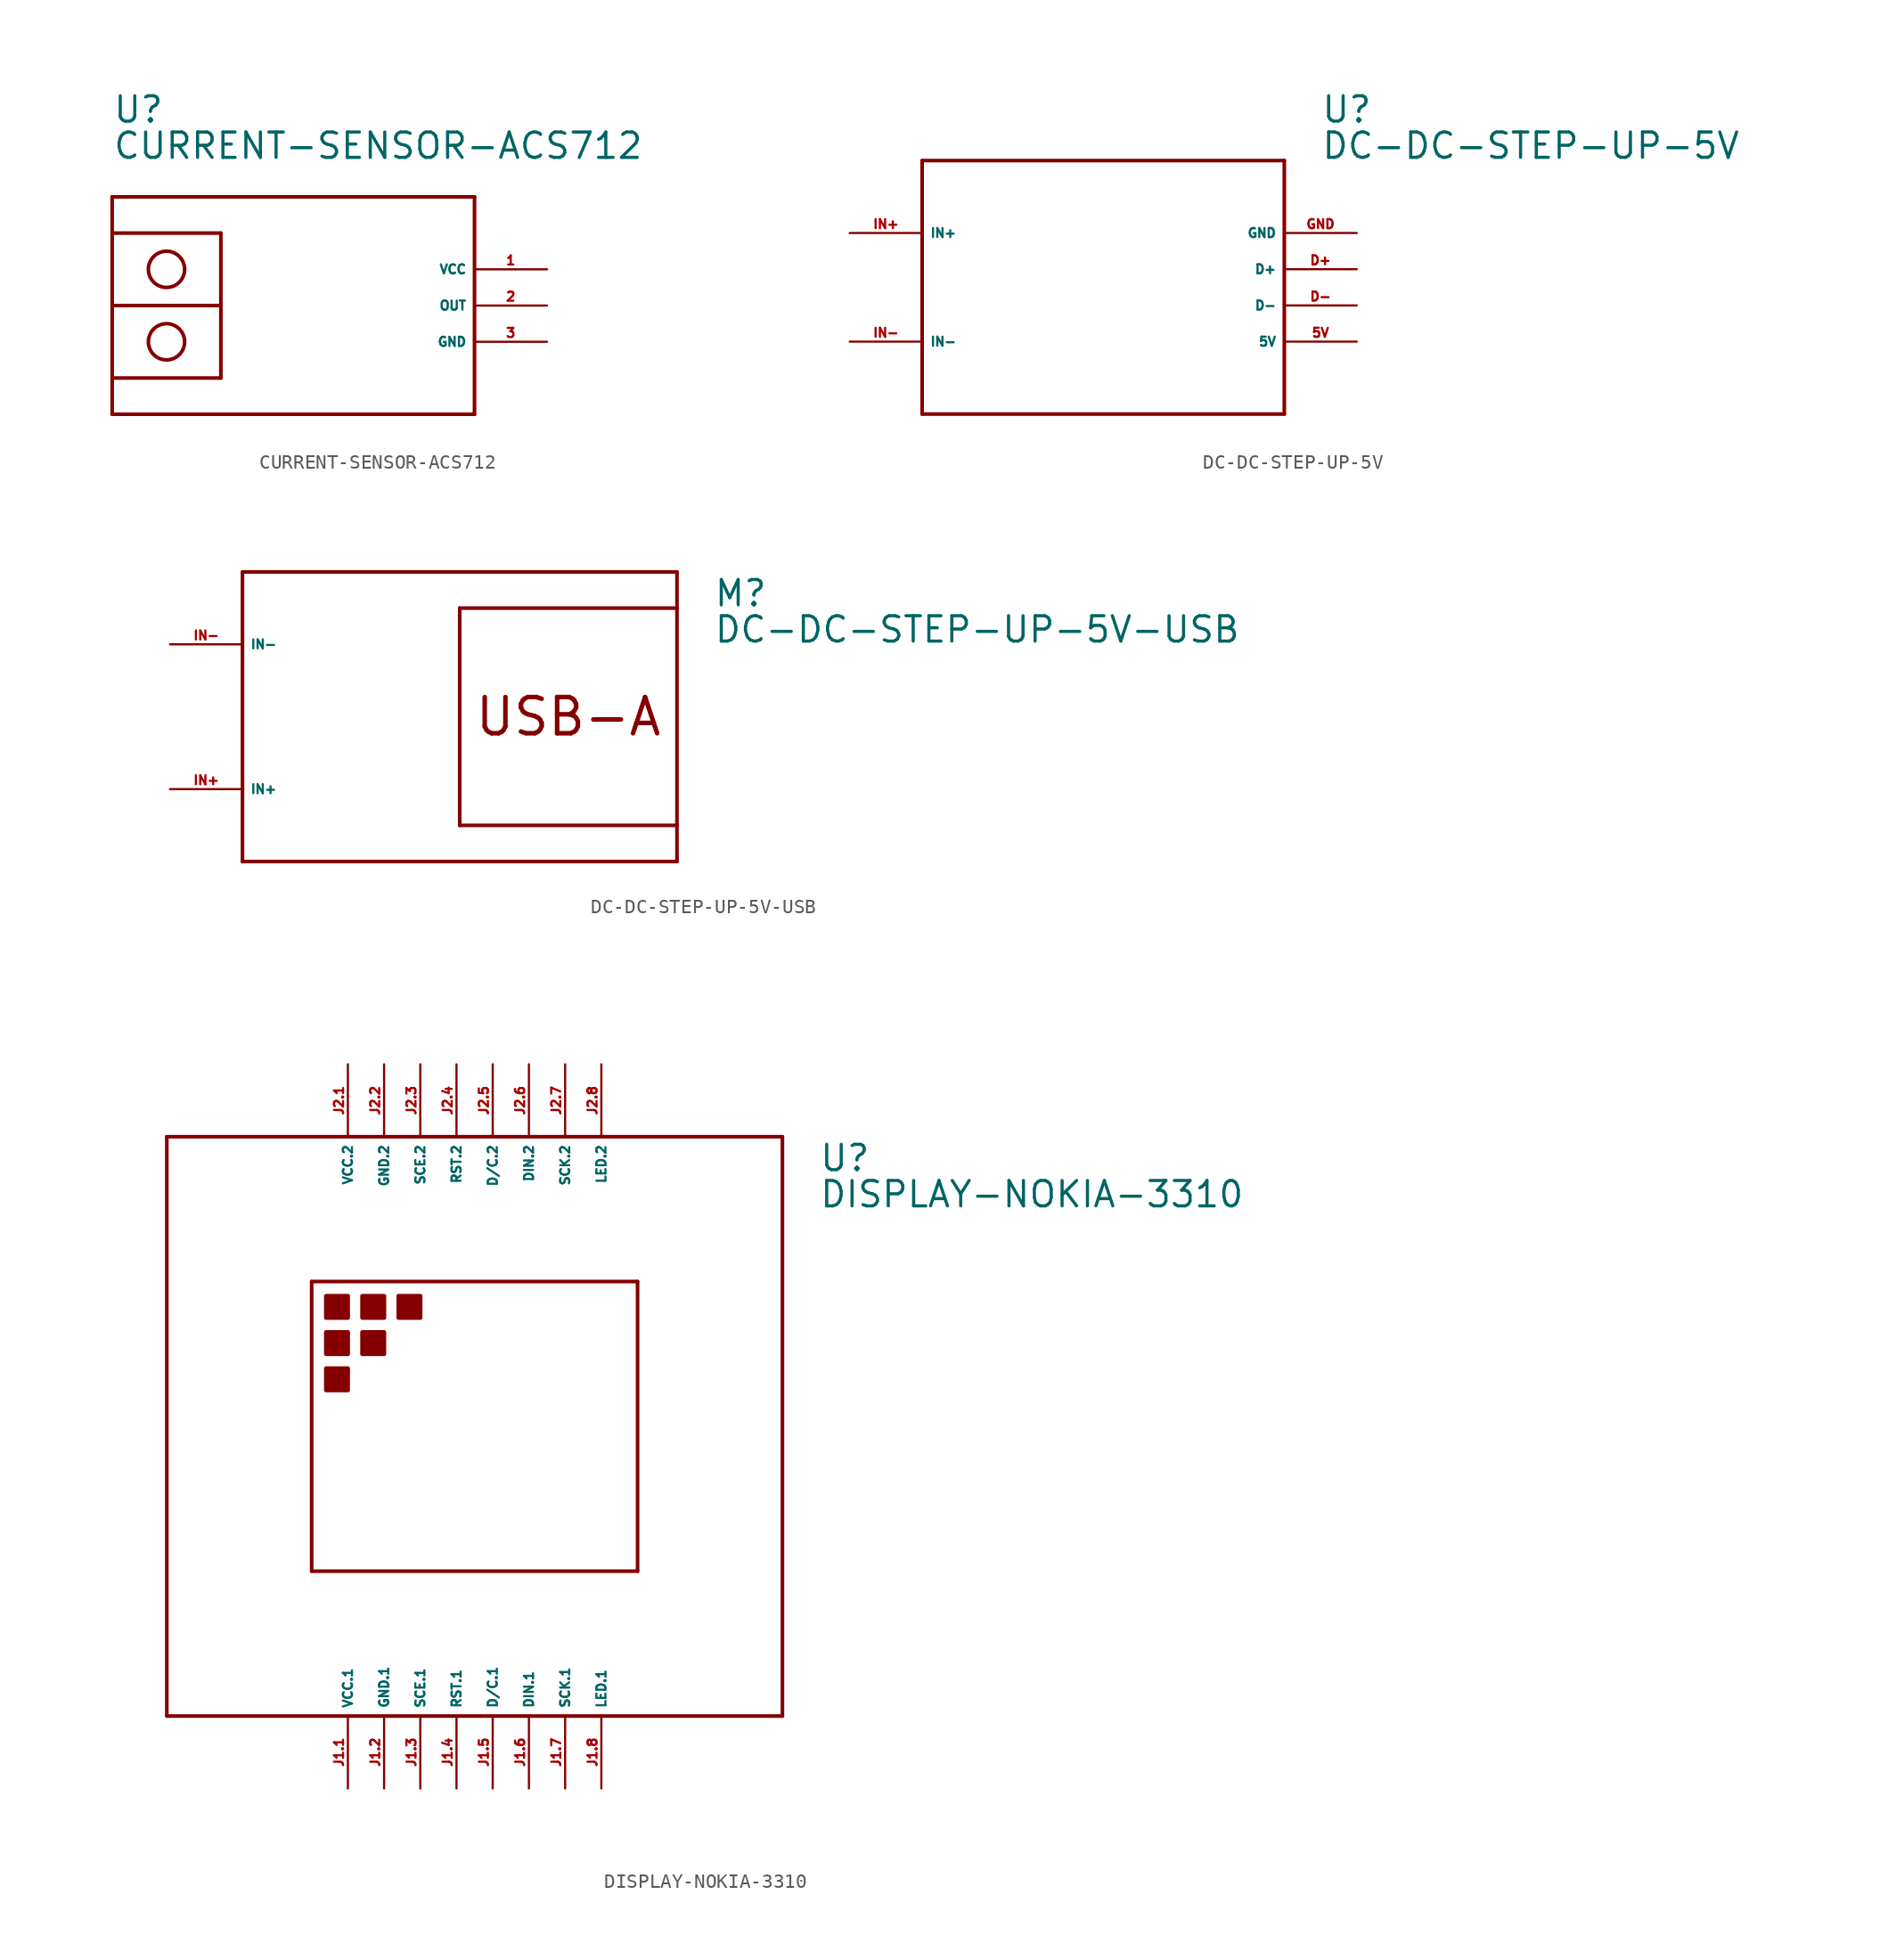
<source format=kicad_sym>
(kicad_symbol_lib
  (version 20220914)
  (generator Eagle2Kicad)
  (symbol "CURRENT-SENSOR-ACS712"
    (property "Reference" "U"
      (at -12.7 12.7 0)
      (effects (font (size 1.778 1.778) (thickness 0.22)) (justify left bottom)))
    (property "Value" "CURRENT-SENSOR-ACS712"
      (at -12.7 10.16 0)
      (effects (font (size 1.778 1.778) (thickness 0.22)) (justify left bottom)))
    (polyline
      (pts (xy -12.7 7.62) (xy -12.7 -7.62))
      (stroke (width 0.254) (type default))
      (fill (type none)))
    (polyline
      (pts (xy -12.7 7.62) (xy 12.7 7.62))
      (stroke (width 0.254) (type default))
      (fill (type none)))
    (polyline
      (pts (xy 12.7 7.62) (xy 12.7 -7.62))
      (stroke (width 0.254) (type default))
      (fill (type none)))
    (polyline
      (pts (xy 12.7 -7.62) (xy -12.7 -7.62))
      (stroke (width 0.254) (type default))
      (fill (type none)))
    (polyline
      (pts (xy -12.7 -5.08) (xy -5.08 -5.08))
      (stroke (width 0.254) (type default))
      (fill (type none)))
    (polyline
      (pts (xy -5.08 -5.08) (xy -5.08 0))
      (stroke (width 0.254) (type default))
      (fill (type none)))
    (polyline
      (pts (xy -5.08 0) (xy -5.08 5.08))
      (stroke (width 0.254) (type default))
      (fill (type none)))
    (polyline
      (pts (xy -5.08 5.08) (xy -12.7 5.08))
      (stroke (width 0.254) (type default))
      (fill (type none)))
    (polyline
      (pts (xy -12.7 0) (xy -5.08 0))
      (stroke (width 0.254) (type default))
      (fill (type none)))
    (circle
      (center -8.89 2.54)
      (radius 1.27)
      (stroke (width 0.254) (type default))
      (fill (type none)))
    (circle
      (center -8.89 -2.54)
      (radius 1.27)
      (stroke (width 0.254) (type default))
      (fill (type none)))
    (pin unspecified line
      (at 17.78 2.54 180)
      (length 5.08)
      (name "VCC" (effects (font (size 0.635 0.635) (thickness 0.08)) (justify left bottom)))
      (number "1" (effects (font (size 0.635 0.635) (thickness 0.08)) (justify left bottom))))
    (pin output line
      (at 17.78 0 180)
      (length 5.08)
      (name "OUT" (effects (font (size 0.635 0.635) (thickness 0.08)) (justify left bottom)))
      (number "2" (effects (font (size 0.635 0.635) (thickness 0.08)) (justify left bottom))))
    (pin unspecified line
      (at 17.78 -2.54 180)
      (length 5.08)
      (name "GND" (effects (font (size 0.635 0.635) (thickness 0.08)) (justify left bottom)))
      (number "3" (effects (font (size 0.635 0.635) (thickness 0.08)) (justify left bottom)))))
  (symbol "DC-DC-STEP-UP-5V"
    (property "Reference" "U"
      (at 15.24 12.7 0)
      (effects (font (size 1.778 1.778) (thickness 0.22)) (justify left bottom)))
    (property "Value" "DC-DC-STEP-UP-5V"
      (at 15.24 10.16 0)
      (effects (font (size 1.778 1.778) (thickness 0.22)) (justify left bottom)))
    (polyline
      (pts (xy -12.7 10.16) (xy 12.7 10.16))
      (stroke (width 0.254) (type default))
      (fill (type none)))
    (polyline
      (pts (xy 12.7 10.16) (xy 12.7 -7.62))
      (stroke (width 0.254) (type default))
      (fill (type none)))
    (polyline
      (pts (xy 12.7 -7.62) (xy -12.7 -7.62))
      (stroke (width 0.254) (type default))
      (fill (type none)))
    (polyline
      (pts (xy -12.7 -7.62) (xy -12.7 10.16))
      (stroke (width 0.254) (type default))
      (fill (type none)))
    (pin unspecified line
      (at -17.78 5.08 0)
      (length 5.08)
      (name "IN+" (effects (font (size 0.635 0.635) (thickness 0.08)) (justify left bottom)))
      (number "IN+" (effects (font (size 0.635 0.635) (thickness 0.08)) (justify left bottom))))
    (pin unspecified line
      (at -17.78 -2.54 0)
      (length 5.08)
      (name "IN-" (effects (font (size 0.635 0.635) (thickness 0.08)) (justify left bottom)))
      (number "IN-" (effects (font (size 0.635 0.635) (thickness 0.08)) (justify left bottom))))
    (pin bidirectional line
      (at 17.78 5.08 180)
      (length 5.08)
      (name "GND" (effects (font (size 0.635 0.635) (thickness 0.08)) (justify left bottom)))
      (number "GND" (effects (font (size 0.635 0.635) (thickness 0.08)) (justify left bottom))))
    (pin bidirectional line
      (at 17.78 2.54 180)
      (length 5.08)
      (name "D+" (effects (font (size 0.635 0.635) (thickness 0.08)) (justify left bottom)))
      (number "D+" (effects (font (size 0.635 0.635) (thickness 0.08)) (justify left bottom))))
    (pin bidirectional line
      (at 17.78 0 180)
      (length 5.08)
      (name "D-" (effects (font (size 0.635 0.635) (thickness 0.08)) (justify left bottom)))
      (number "D-" (effects (font (size 0.635 0.635) (thickness 0.08)) (justify left bottom))))
    (pin bidirectional line
      (at 17.78 -2.54 180)
      (length 5.08)
      (name "5V" (effects (font (size 0.635 0.635) (thickness 0.08)) (justify left bottom)))
      (number "5V" (effects (font (size 0.635 0.635) (thickness 0.08)) (justify left bottom)))))
  (symbol "DC-DC-STEP-UP-5V-USB"
    (property "Reference" "M"
      (at 17.78 7.62 0)
      (effects (font (size 1.778 1.778) (thickness 0.22)) (justify left bottom)))
    (property "Value" "DC-DC-STEP-UP-5V-USB"
      (at 17.78 5.08 0)
      (effects (font (size 1.778 1.778) (thickness 0.22)) (justify left bottom)))
    (polyline
      (pts (xy -15.24 10.16) (xy 15.24 10.16))
      (stroke (width 0.254) (type default))
      (fill (type none)))
    (polyline
      (pts (xy 15.24 10.16) (xy 15.24 7.62))
      (stroke (width 0.254) (type default))
      (fill (type none)))
    (polyline
      (pts (xy 15.24 7.62) (xy 15.24 -7.62))
      (stroke (width 0.254) (type default))
      (fill (type none)))
    (polyline
      (pts (xy 15.24 -7.62) (xy 15.24 -10.16))
      (stroke (width 0.254) (type default))
      (fill (type none)))
    (polyline
      (pts (xy 15.24 -10.16) (xy -15.24 -10.16))
      (stroke (width 0.254) (type default))
      (fill (type none)))
    (polyline
      (pts (xy -15.24 -10.16) (xy -15.24 10.16))
      (stroke (width 0.254) (type default))
      (fill (type none)))
    (polyline
      (pts (xy 15.24 7.62) (xy 0 7.62))
      (stroke (width 0.254) (type default))
      (fill (type none)))
    (polyline
      (pts (xy 0 7.62) (xy 0 -7.62))
      (stroke (width 0.254) (type default))
      (fill (type none)))
    (polyline
      (pts (xy 0 -7.62) (xy 15.24 -7.62))
      (stroke (width 0.254) (type default))
      (fill (type none)))
    (text "USB-A"
      (at 7.62 0 0)
      (effects (font (size 2.54 2.54) (thickness 0.32))))
    (pin unspecified line
      (at -20.32 -5.08 0)
      (length 5.08)
      (name "IN+" (effects (font (size 0.635 0.635) (thickness 0.08)) (justify left bottom)))
      (number "IN+" (effects (font (size 0.635 0.635) (thickness 0.08)) (justify left bottom))))
    (pin unspecified line
      (at -20.32 5.08 0)
      (length 5.08)
      (name "IN-" (effects (font (size 0.635 0.635) (thickness 0.08)) (justify left bottom)))
      (number "IN-" (effects (font (size 0.635 0.635) (thickness 0.08)) (justify left bottom)))))
  (symbol "DISPLAY-NOKIA-3310"
    (property "Reference" "U"
      (at 25.4 17.78 0)
      (effects (font (size 1.778 1.778) (thickness 0.22)) (justify left bottom)))
    (property "Value" "DISPLAY-NOKIA-3310"
      (at 25.4 15.24 0)
      (effects (font (size 1.778 1.778) (thickness 0.22)) (justify left bottom)))
    (polyline
      (pts (xy -20.32 20.32) (xy 22.86 20.32))
      (stroke (width 0.254) (type default))
      (fill (type none)))
    (polyline
      (pts (xy 22.86 20.32) (xy 22.86 -20.32))
      (stroke (width 0.254) (type default))
      (fill (type none)))
    (polyline
      (pts (xy 22.86 -20.32) (xy -20.32 -20.32))
      (stroke (width 0.254) (type default))
      (fill (type none)))
    (polyline
      (pts (xy -20.32 -20.32) (xy -20.32 20.32))
      (stroke (width 0.254) (type default))
      (fill (type none)))
    (polyline
      (pts (xy -10.16 10.16) (xy 12.7 10.16))
      (stroke (width 0.254) (type default))
      (fill (type none)))
    (polyline
      (pts (xy 12.7 10.16) (xy 12.7 -10.16))
      (stroke (width 0.254) (type default))
      (fill (type none)))
    (polyline
      (pts (xy 12.7 -10.16) (xy -10.16 -10.16))
      (stroke (width 0.254) (type default))
      (fill (type none)))
    (polyline
      (pts (xy -10.16 -10.16) (xy -10.16 10.16))
      (stroke (width 0.254) (type default))
      (fill (type none)))
    (rectangle
      (start -9.144 7.62)
      (end -7.62 9.144)
      (stroke (width 0.3) (type default))
      (fill (type outline)))
    (rectangle
      (start -6.604 7.62)
      (end -5.08 9.144)
      (stroke (width 0.3) (type default))
      (fill (type outline)))
    (rectangle
      (start -9.144 5.08)
      (end -7.62 6.604)
      (stroke (width 0.3) (type default))
      (fill (type outline)))
    (rectangle
      (start -4.064 7.62)
      (end -2.54 9.144)
      (stroke (width 0.3) (type default))
      (fill (type outline)))
    (rectangle
      (start -9.144 2.54)
      (end -7.62 4.064)
      (stroke (width 0.3) (type default))
      (fill (type outline)))
    (rectangle
      (start -6.604 5.08)
      (end -5.08 6.604)
      (stroke (width 0.3) (type default))
      (fill (type outline)))
    (pin unspecified line
      (at -7.62 25.4 270)
      (length 5.08)
      (name "VCC.2" (effects (font (size 0.635 0.635) (thickness 0.08)) (justify left bottom)))
      (number "J2.1" (effects (font (size 0.635 0.635) (thickness 0.08)) (justify left bottom))))
    (pin unspecified line
      (at -5.08 25.4 270)
      (length 5.08)
      (name "GND.2" (effects (font (size 0.635 0.635) (thickness 0.08)) (justify left bottom)))
      (number "J2.2" (effects (font (size 0.635 0.635) (thickness 0.08)) (justify left bottom))))
    (pin bidirectional line
      (at -2.54 25.4 270)
      (length 5.08)
      (name "SCE.2" (effects (font (size 0.635 0.635) (thickness 0.08)) (justify left bottom)))
      (number "J2.3" (effects (font (size 0.635 0.635) (thickness 0.08)) (justify left bottom))))
    (pin bidirectional line
      (at 0 25.4 270)
      (length 5.08)
      (name "RST.2" (effects (font (size 0.635 0.635) (thickness 0.08)) (justify left bottom)))
      (number "J2.4" (effects (font (size 0.635 0.635) (thickness 0.08)) (justify left bottom))))
    (pin bidirectional line
      (at 2.54 25.4 270)
      (length 5.08)
      (name "D/C.2" (effects (font (size 0.635 0.635) (thickness 0.08)) (justify left bottom)))
      (number "J2.5" (effects (font (size 0.635 0.635) (thickness 0.08)) (justify left bottom))))
    (pin bidirectional line
      (at 5.08 25.4 270)
      (length 5.08)
      (name "DIN.2" (effects (font (size 0.635 0.635) (thickness 0.08)) (justify left bottom)))
      (number "J2.6" (effects (font (size 0.635 0.635) (thickness 0.08)) (justify left bottom))))
    (pin bidirectional line
      (at 7.62 25.4 270)
      (length 5.08)
      (name "SCK.2" (effects (font (size 0.635 0.635) (thickness 0.08)) (justify left bottom)))
      (number "J2.7" (effects (font (size 0.635 0.635) (thickness 0.08)) (justify left bottom))))
    (pin input line
      (at 10.16 25.4 270)
      (length 5.08)
      (name "LED.2" (effects (font (size 0.635 0.635) (thickness 0.08)) (justify left bottom)))
      (number "J2.8" (effects (font (size 0.635 0.635) (thickness 0.08)) (justify left bottom))))
    (pin unspecified line
      (at -7.62 -25.4 90)
      (length 5.08)
      (name "VCC.1" (effects (font (size 0.635 0.635) (thickness 0.08)) (justify left bottom)))
      (number "J1.1" (effects (font (size 0.635 0.635) (thickness 0.08)) (justify left bottom))))
    (pin unspecified line
      (at -5.08 -25.4 90)
      (length 5.08)
      (name "GND.1" (effects (font (size 0.635 0.635) (thickness 0.08)) (justify left bottom)))
      (number "J1.2" (effects (font (size 0.635 0.635) (thickness 0.08)) (justify left bottom))))
    (pin bidirectional line
      (at -2.54 -25.4 90)
      (length 5.08)
      (name "SCE.1" (effects (font (size 0.635 0.635) (thickness 0.08)) (justify left bottom)))
      (number "J1.3" (effects (font (size 0.635 0.635) (thickness 0.08)) (justify left bottom))))
    (pin bidirectional line
      (at 0 -25.4 90)
      (length 5.08)
      (name "RST.1" (effects (font (size 0.635 0.635) (thickness 0.08)) (justify left bottom)))
      (number "J1.4" (effects (font (size 0.635 0.635) (thickness 0.08)) (justify left bottom))))
    (pin bidirectional line
      (at 2.54 -25.4 90)
      (length 5.08)
      (name "D/C.1" (effects (font (size 0.635 0.635) (thickness 0.08)) (justify left bottom)))
      (number "J1.5" (effects (font (size 0.635 0.635) (thickness 0.08)) (justify left bottom))))
    (pin bidirectional line
      (at 5.08 -25.4 90)
      (length 5.08)
      (name "DIN.1" (effects (font (size 0.635 0.635) (thickness 0.08)) (justify left bottom)))
      (number "J1.6" (effects (font (size 0.635 0.635) (thickness 0.08)) (justify left bottom))))
    (pin bidirectional line
      (at 7.62 -25.4 90)
      (length 5.08)
      (name "SCK.1" (effects (font (size 0.635 0.635) (thickness 0.08)) (justify left bottom)))
      (number "J1.7" (effects (font (size 0.635 0.635) (thickness 0.08)) (justify left bottom))))
    (pin input line
      (at 10.16 -25.4 90)
      (length 5.08)
      (name "LED.1" (effects (font (size 0.635 0.635) (thickness 0.08)) (justify left bottom)))
      (number "J1.8" (effects (font (size 0.635 0.635) (thickness 0.08)) (justify left bottom))))))
</source>
